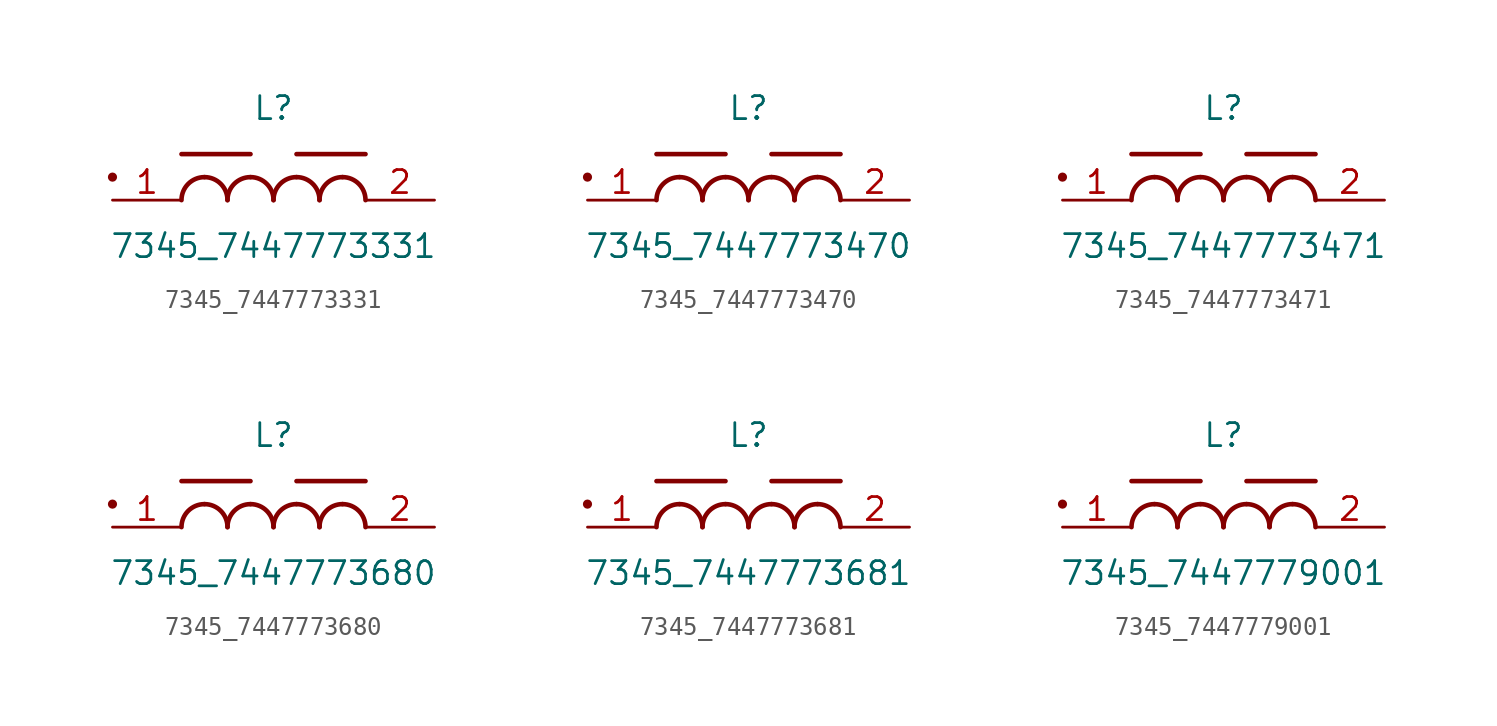
<source format=kicad_sym>
(kicad_symbol_lib
  (version 20211014)
  (generator kicad_symbol_editor)
  (symbol "Inductor_Wurth_WE-PD:7345_7447773331"
    (pin_names hide)
    (property "Reference" "L"
      (at 0 5.08 0)
      (effects (font (size 1.27 1.27))))
    (property "Value" "7345_7447773331"
      (at 0 -2.54 0)
      (effects (font (size 1.27 1.27))))
    (symbol "7345_7447773331_0_1"
      (circle (center -8.89 1.27) (radius 0.0001) (stroke (width 0.254)) (stroke (width 0.254) (type default) (color 0 0 0 0)) (fill (type none)))
      (arc (start -3.81 1.27) (mid -4.708 0.898) (end -5.08 0) (stroke (width 0.254) (type default) (color 0 0 0 0)) (fill (type none)))
      (arc (start -2.54 0) (mid -2.912 0.898) (end -3.81 1.27) (stroke (width 0.254) (type default) (color 0 0 0 0)) (fill (type none)))
      (arc (start -1.2699 1.2701) (mid -2.1679 0.8981) (end -2.5399 0.0001) (stroke (width 0.254) (type default) (color 0 0 0 0)) (fill (type none)))
      (polyline (pts (xy -5.08 2.54) (xy -1.27 2.54)) (stroke (width 0.254) (type default) (color 0 0 0 0)) (fill (type none)))
      (polyline (pts (xy 5.08 2.54) (xy 1.27 2.54)) (stroke (width 0.254) (type default) (color 0 0 0 0)) (fill (type none)))
      (arc (start 0.0001 0.0001) (mid -0.3719 0.8981) (end -1.2699 1.2701) (stroke (width 0.254) (type default) (color 0 0 0 0)) (fill (type none)))
      (arc (start 1.2701 1.2701) (mid 0.3721 0.8981) (end 0.0001 0.0001) (stroke (width 0.254) (type default) (color 0 0 0 0)) (fill (type none)))
      (arc (start 2.5401 0.0001) (mid 2.1681 0.8981) (end 1.2701 1.2701) (stroke (width 0.254) (type default) (color 0 0 0 0)) (fill (type none)))
      (arc (start 3.8101 1.2701) (mid 2.9121 0.8981) (end 2.5401 0.0001) (stroke (width 0.254) (type default) (color 0 0 0 0)) (fill (type none)))
      (arc (start 5.0801 0.0001) (mid 4.7081 0.8981) (end 3.8101 1.2701) (stroke (width 0.254) (type default) (color 0 0 0 0)) (fill (type none))))
    (symbol "7345_7447773331_1_1"
      (pin passive line (at -8.89 0 0) (length 3.81) (name "1" (effects (font (size 1.27 1.27)))) (number "1" (effects (font (size 1.27 1.27)))))
      (pin passive line (at 8.89 0 180) (length 3.81) (name "2" (effects (font (size 1.27 1.27)))) (number "2" (effects (font (size 1.27 1.27)))))))
  (symbol "Inductor_Wurth_WE-PD:7345_7447773470"
    (pin_names hide)
    (property "Reference" "L"
      (at 0 5.08 0)
      (effects (font (size 1.27 1.27))))
    (property "Value" "7345_7447773470"
      (at 0 -2.54 0)
      (effects (font (size 1.27 1.27))))
    (symbol "7345_7447773470_0_1"
      (circle (center -8.89 1.27) (radius 0.0001) (stroke (width 0.254)) (stroke (width 0.254) (type default) (color 0 0 0 0)) (fill (type none)))
      (arc (start -3.81 1.27) (mid -4.708 0.898) (end -5.08 0) (stroke (width 0.254) (type default) (color 0 0 0 0)) (fill (type none)))
      (arc (start -2.54 0) (mid -2.912 0.898) (end -3.81 1.27) (stroke (width 0.254) (type default) (color 0 0 0 0)) (fill (type none)))
      (arc (start -1.2699 1.2701) (mid -2.1679 0.8981) (end -2.5399 0.0001) (stroke (width 0.254) (type default) (color 0 0 0 0)) (fill (type none)))
      (polyline (pts (xy -5.08 2.54) (xy -1.27 2.54)) (stroke (width 0.254) (type default) (color 0 0 0 0)) (fill (type none)))
      (polyline (pts (xy 5.08 2.54) (xy 1.27 2.54)) (stroke (width 0.254) (type default) (color 0 0 0 0)) (fill (type none)))
      (arc (start 0.0001 0.0001) (mid -0.3719 0.8981) (end -1.2699 1.2701) (stroke (width 0.254) (type default) (color 0 0 0 0)) (fill (type none)))
      (arc (start 1.2701 1.2701) (mid 0.3721 0.8981) (end 0.0001 0.0001) (stroke (width 0.254) (type default) (color 0 0 0 0)) (fill (type none)))
      (arc (start 2.5401 0.0001) (mid 2.1681 0.8981) (end 1.2701 1.2701) (stroke (width 0.254) (type default) (color 0 0 0 0)) (fill (type none)))
      (arc (start 3.8101 1.2701) (mid 2.9121 0.8981) (end 2.5401 0.0001) (stroke (width 0.254) (type default) (color 0 0 0 0)) (fill (type none)))
      (arc (start 5.0801 0.0001) (mid 4.7081 0.8981) (end 3.8101 1.2701) (stroke (width 0.254) (type default) (color 0 0 0 0)) (fill (type none))))
    (symbol "7345_7447773470_1_1"
      (pin passive line (at -8.89 0 0) (length 3.81) (name "1" (effects (font (size 1.27 1.27)))) (number "1" (effects (font (size 1.27 1.27)))))
      (pin passive line (at 8.89 0 180) (length 3.81) (name "2" (effects (font (size 1.27 1.27)))) (number "2" (effects (font (size 1.27 1.27)))))))
  (symbol "Inductor_Wurth_WE-PD:7345_7447773471"
    (pin_names hide)
    (property "Reference" "L"
      (at 0 5.08 0)
      (effects (font (size 1.27 1.27))))
    (property "Value" "7345_7447773471"
      (at 0 -2.54 0)
      (effects (font (size 1.27 1.27))))
    (symbol "7345_7447773471_0_1"
      (circle (center -8.89 1.27) (radius 0.0001) (stroke (width 0.254)) (stroke (width 0.254) (type default) (color 0 0 0 0)) (fill (type none)))
      (arc (start -3.81 1.27) (mid -4.708 0.898) (end -5.08 0) (stroke (width 0.254) (type default) (color 0 0 0 0)) (fill (type none)))
      (arc (start -2.54 0) (mid -2.912 0.898) (end -3.81 1.27) (stroke (width 0.254) (type default) (color 0 0 0 0)) (fill (type none)))
      (arc (start -1.2699 1.2701) (mid -2.1679 0.8981) (end -2.5399 0.0001) (stroke (width 0.254) (type default) (color 0 0 0 0)) (fill (type none)))
      (polyline (pts (xy -5.08 2.54) (xy -1.27 2.54)) (stroke (width 0.254) (type default) (color 0 0 0 0)) (fill (type none)))
      (polyline (pts (xy 5.08 2.54) (xy 1.27 2.54)) (stroke (width 0.254) (type default) (color 0 0 0 0)) (fill (type none)))
      (arc (start 0.0001 0.0001) (mid -0.3719 0.8981) (end -1.2699 1.2701) (stroke (width 0.254) (type default) (color 0 0 0 0)) (fill (type none)))
      (arc (start 1.2701 1.2701) (mid 0.3721 0.8981) (end 0.0001 0.0001) (stroke (width 0.254) (type default) (color 0 0 0 0)) (fill (type none)))
      (arc (start 2.5401 0.0001) (mid 2.1681 0.8981) (end 1.2701 1.2701) (stroke (width 0.254) (type default) (color 0 0 0 0)) (fill (type none)))
      (arc (start 3.8101 1.2701) (mid 2.9121 0.8981) (end 2.5401 0.0001) (stroke (width 0.254) (type default) (color 0 0 0 0)) (fill (type none)))
      (arc (start 5.0801 0.0001) (mid 4.7081 0.8981) (end 3.8101 1.2701) (stroke (width 0.254) (type default) (color 0 0 0 0)) (fill (type none))))
    (symbol "7345_7447773471_1_1"
      (pin passive line (at -8.89 0 0) (length 3.81) (name "1" (effects (font (size 1.27 1.27)))) (number "1" (effects (font (size 1.27 1.27)))))
      (pin passive line (at 8.89 0 180) (length 3.81) (name "2" (effects (font (size 1.27 1.27)))) (number "2" (effects (font (size 1.27 1.27)))))))
  (symbol "Inductor_Wurth_WE-PD:7345_7447773680"
    (pin_names hide)
    (property "Reference" "L"
      (at 0 5.08 0)
      (effects (font (size 1.27 1.27))))
    (property "Value" "7345_7447773680"
      (at 0 -2.54 0)
      (effects (font (size 1.27 1.27))))
    (symbol "7345_7447773680_0_1"
      (circle (center -8.89 1.27) (radius 0.0001) (stroke (width 0.254)) (stroke (width 0.254) (type default) (color 0 0 0 0)) (fill (type none)))
      (arc (start -3.81 1.27) (mid -4.708 0.898) (end -5.08 0) (stroke (width 0.254) (type default) (color 0 0 0 0)) (fill (type none)))
      (arc (start -2.54 0) (mid -2.912 0.898) (end -3.81 1.27) (stroke (width 0.254) (type default) (color 0 0 0 0)) (fill (type none)))
      (arc (start -1.2699 1.2701) (mid -2.1679 0.8981) (end -2.5399 0.0001) (stroke (width 0.254) (type default) (color 0 0 0 0)) (fill (type none)))
      (polyline (pts (xy -5.08 2.54) (xy -1.27 2.54)) (stroke (width 0.254) (type default) (color 0 0 0 0)) (fill (type none)))
      (polyline (pts (xy 5.08 2.54) (xy 1.27 2.54)) (stroke (width 0.254) (type default) (color 0 0 0 0)) (fill (type none)))
      (arc (start 0.0001 0.0001) (mid -0.3719 0.8981) (end -1.2699 1.2701) (stroke (width 0.254) (type default) (color 0 0 0 0)) (fill (type none)))
      (arc (start 1.2701 1.2701) (mid 0.3721 0.8981) (end 0.0001 0.0001) (stroke (width 0.254) (type default) (color 0 0 0 0)) (fill (type none)))
      (arc (start 2.5401 0.0001) (mid 2.1681 0.8981) (end 1.2701 1.2701) (stroke (width 0.254) (type default) (color 0 0 0 0)) (fill (type none)))
      (arc (start 3.8101 1.2701) (mid 2.9121 0.8981) (end 2.5401 0.0001) (stroke (width 0.254) (type default) (color 0 0 0 0)) (fill (type none)))
      (arc (start 5.0801 0.0001) (mid 4.7081 0.8981) (end 3.8101 1.2701) (stroke (width 0.254) (type default) (color 0 0 0 0)) (fill (type none))))
    (symbol "7345_7447773680_1_1"
      (pin passive line (at -8.89 0 0) (length 3.81) (name "1" (effects (font (size 1.27 1.27)))) (number "1" (effects (font (size 1.27 1.27)))))
      (pin passive line (at 8.89 0 180) (length 3.81) (name "2" (effects (font (size 1.27 1.27)))) (number "2" (effects (font (size 1.27 1.27)))))))
  (symbol "Inductor_Wurth_WE-PD:7345_7447773681"
    (pin_names hide)
    (property "Reference" "L"
      (at 0 5.08 0)
      (effects (font (size 1.27 1.27))))
    (property "Value" "7345_7447773681"
      (at 0 -2.54 0)
      (effects (font (size 1.27 1.27))))
    (symbol "7345_7447773681_0_1"
      (circle (center -8.89 1.27) (radius 0.0001) (stroke (width 0.254)) (stroke (width 0.254) (type default) (color 0 0 0 0)) (fill (type none)))
      (arc (start -3.81 1.27) (mid -4.708 0.898) (end -5.08 0) (stroke (width 0.254) (type default) (color 0 0 0 0)) (fill (type none)))
      (arc (start -2.54 0) (mid -2.912 0.898) (end -3.81 1.27) (stroke (width 0.254) (type default) (color 0 0 0 0)) (fill (type none)))
      (arc (start -1.2699 1.2701) (mid -2.1679 0.8981) (end -2.5399 0.0001) (stroke (width 0.254) (type default) (color 0 0 0 0)) (fill (type none)))
      (polyline (pts (xy -5.08 2.54) (xy -1.27 2.54)) (stroke (width 0.254) (type default) (color 0 0 0 0)) (fill (type none)))
      (polyline (pts (xy 5.08 2.54) (xy 1.27 2.54)) (stroke (width 0.254) (type default) (color 0 0 0 0)) (fill (type none)))
      (arc (start 0.0001 0.0001) (mid -0.3719 0.8981) (end -1.2699 1.2701) (stroke (width 0.254) (type default) (color 0 0 0 0)) (fill (type none)))
      (arc (start 1.2701 1.2701) (mid 0.3721 0.8981) (end 0.0001 0.0001) (stroke (width 0.254) (type default) (color 0 0 0 0)) (fill (type none)))
      (arc (start 2.5401 0.0001) (mid 2.1681 0.8981) (end 1.2701 1.2701) (stroke (width 0.254) (type default) (color 0 0 0 0)) (fill (type none)))
      (arc (start 3.8101 1.2701) (mid 2.9121 0.8981) (end 2.5401 0.0001) (stroke (width 0.254) (type default) (color 0 0 0 0)) (fill (type none)))
      (arc (start 5.0801 0.0001) (mid 4.7081 0.8981) (end 3.8101 1.2701) (stroke (width 0.254) (type default) (color 0 0 0 0)) (fill (type none))))
    (symbol "7345_7447773681_1_1"
      (pin passive line (at -8.89 0 0) (length 3.81) (name "1" (effects (font (size 1.27 1.27)))) (number "1" (effects (font (size 1.27 1.27)))))
      (pin passive line (at 8.89 0 180) (length 3.81) (name "2" (effects (font (size 1.27 1.27)))) (number "2" (effects (font (size 1.27 1.27)))))))
  (symbol "Inductor_Wurth_WE-PD:7345_7447779001"
    (pin_names hide)
    (property "Reference" "L"
      (at 0 5.08 0)
      (effects (font (size 1.27 1.27))))
    (property "Value" "7345_7447779001"
      (at 0 -2.54 0)
      (effects (font (size 1.27 1.27))))
    (symbol "7345_7447779001_0_1"
      (circle (center -8.89 1.27) (radius 0.0001) (stroke (width 0.254)) (stroke (width 0.254) (type default) (color 0 0 0 0)) (fill (type none)))
      (arc (start -3.81 1.27) (mid -4.708 0.898) (end -5.08 0) (stroke (width 0.254) (type default) (color 0 0 0 0)) (fill (type none)))
      (arc (start -2.54 0) (mid -2.912 0.898) (end -3.81 1.27) (stroke (width 0.254) (type default) (color 0 0 0 0)) (fill (type none)))
      (arc (start -1.2699 1.2701) (mid -2.1679 0.8981) (end -2.5399 0.0001) (stroke (width 0.254) (type default) (color 0 0 0 0)) (fill (type none)))
      (polyline (pts (xy -5.08 2.54) (xy -1.27 2.54)) (stroke (width 0.254) (type default) (color 0 0 0 0)) (fill (type none)))
      (polyline (pts (xy 5.08 2.54) (xy 1.27 2.54)) (stroke (width 0.254) (type default) (color 0 0 0 0)) (fill (type none)))
      (arc (start 0.0001 0.0001) (mid -0.3719 0.8981) (end -1.2699 1.2701) (stroke (width 0.254) (type default) (color 0 0 0 0)) (fill (type none)))
      (arc (start 1.2701 1.2701) (mid 0.3721 0.8981) (end 0.0001 0.0001) (stroke (width 0.254) (type default) (color 0 0 0 0)) (fill (type none)))
      (arc (start 2.5401 0.0001) (mid 2.1681 0.8981) (end 1.2701 1.2701) (stroke (width 0.254) (type default) (color 0 0 0 0)) (fill (type none)))
      (arc (start 3.8101 1.2701) (mid 2.9121 0.8981) (end 2.5401 0.0001) (stroke (width 0.254) (type default) (color 0 0 0 0)) (fill (type none)))
      (arc (start 5.0801 0.0001) (mid 4.7081 0.8981) (end 3.8101 1.2701) (stroke (width 0.254) (type default) (color 0 0 0 0)) (fill (type none))))
    (symbol "7345_7447779001_1_1"
      (pin passive line (at -8.89 0 0) (length 3.81) (name "1" (effects (font (size 1.27 1.27)))) (number "1" (effects (font (size 1.27 1.27)))))
      (pin passive line (at 8.89 0 180) (length 3.81) (name "2" (effects (font (size 1.27 1.27)))) (number "2" (effects (font (size 1.27 1.27))))))))
</source>
